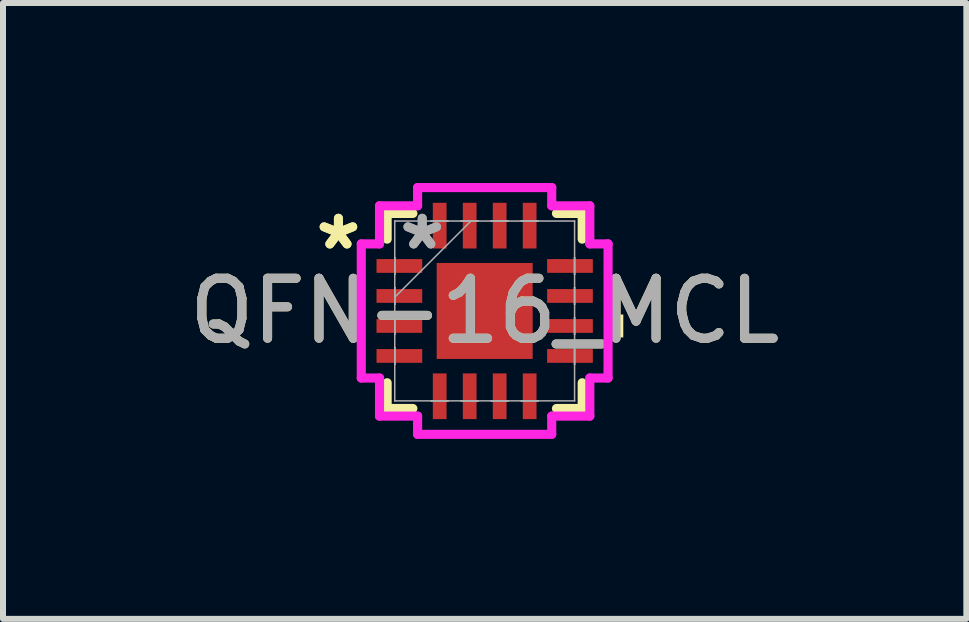
<source format=kicad_pcb>
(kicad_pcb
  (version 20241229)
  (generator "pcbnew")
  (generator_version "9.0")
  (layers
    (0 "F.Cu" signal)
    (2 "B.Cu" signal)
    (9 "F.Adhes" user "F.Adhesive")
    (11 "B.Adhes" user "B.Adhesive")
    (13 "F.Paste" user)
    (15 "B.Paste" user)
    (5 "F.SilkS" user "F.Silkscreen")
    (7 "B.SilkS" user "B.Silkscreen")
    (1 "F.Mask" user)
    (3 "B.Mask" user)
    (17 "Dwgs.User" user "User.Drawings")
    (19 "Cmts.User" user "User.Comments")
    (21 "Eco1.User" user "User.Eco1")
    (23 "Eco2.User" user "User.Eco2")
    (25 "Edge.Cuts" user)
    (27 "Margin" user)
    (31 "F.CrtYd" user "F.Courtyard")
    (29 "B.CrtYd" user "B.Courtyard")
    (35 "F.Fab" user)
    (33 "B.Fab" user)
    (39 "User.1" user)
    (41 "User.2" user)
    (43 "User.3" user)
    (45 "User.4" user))
  (footprint "QFN-16_MCL"
    (layer "F.Cu")
    (at 5.03 2.134)
    (property "Reference" "QFN-16_MCL" (at 0 0 0) (unlocked yes) (layer "F.SilkS") (effects (font (size 1 1) (thickness 0.15))))
    (attr smd)
    (fp_line (start -1.626 -1.626) (end -1.626 -1.197) (stroke (width 0.152) (type solid)) (layer "F.SilkS"))
    (fp_line (start -1.626 1.197) (end -1.626 1.626) (stroke (width 0.152) (type solid)) (layer "F.SilkS"))
    (fp_line (start -1.626 1.626) (end -1.197 1.626) (stroke (width 0.152) (type solid)) (layer "F.SilkS"))
    (fp_line (start -1.197 -1.626) (end -1.626 -1.626) (stroke (width 0.152) (type solid)) (layer "F.SilkS"))
    (fp_line (start 1.197 1.626) (end 1.626 1.626) (stroke (width 0.152) (type solid)) (layer "F.SilkS"))
    (fp_line (start 1.626 -1.626) (end 1.197 -1.626) (stroke (width 0.152) (type solid)) (layer "F.SilkS"))
    (fp_line (start 1.626 -1.197) (end 1.626 -1.626) (stroke (width 0.152) (type solid)) (layer "F.SilkS"))
    (fp_line (start 1.626 1.626) (end 1.626 1.197) (stroke (width 0.152) (type solid)) (layer "F.SilkS"))
    (fp_poly (pts (xy 2.311 0.059) (xy 2.311 0.441) (xy 2.057 0.441) (xy 2.057 0.059)) (stroke (width 0) (type solid)) (fill yes) (layer "F.SilkS"))
    (fp_line (start -2.057 -1.118) (end -1.753 -1.118) (stroke (width 0.152) (type solid)) (layer "F.CrtYd"))
    (fp_line (start -2.057 1.118) (end -2.057 -1.118) (stroke (width 0.152) (type solid)) (layer "F.CrtYd"))
    (fp_line (start -1.753 -1.753) (end -1.118 -1.753) (stroke (width 0.152) (type solid)) (layer "F.CrtYd"))
    (fp_line (start -1.753 -1.118) (end -1.753 -1.753) (stroke (width 0.152) (type solid)) (layer "F.CrtYd"))
    (fp_line (start -1.753 1.118) (end -2.057 1.118) (stroke (width 0.152) (type solid)) (layer "F.CrtYd"))
    (fp_line (start -1.753 1.753) (end -1.753 1.118) (stroke (width 0.152) (type solid)) (layer "F.CrtYd"))
    (fp_line (start -1.118 -2.057) (end 1.118 -2.057) (stroke (width 0.152) (type solid)) (layer "F.CrtYd"))
    (fp_line (start -1.118 -1.753) (end -1.118 -2.057) (stroke (width 0.152) (type solid)) (layer "F.CrtYd"))
    (fp_line (start -1.118 1.753) (end -1.753 1.753) (stroke (width 0.152) (type solid)) (layer "F.CrtYd"))
    (fp_line (start -1.118 2.057) (end -1.118 1.753) (stroke (width 0.152) (type solid)) (layer "F.CrtYd"))
    (fp_line (start 1.118 -2.057) (end 1.118 -1.753) (stroke (width 0.152) (type solid)) (layer "F.CrtYd"))
    (fp_line (start 1.118 -1.753) (end 1.753 -1.753) (stroke (width 0.152) (type solid)) (layer "F.CrtYd"))
    (fp_line (start 1.118 1.753) (end 1.118 2.057) (stroke (width 0.152) (type solid)) (layer "F.CrtYd"))
    (fp_line (start 1.118 2.057) (end -1.118 2.057) (stroke (width 0.152) (type solid)) (layer "F.CrtYd"))
    (fp_line (start 1.753 -1.753) (end 1.753 -1.118) (stroke (width 0.152) (type solid)) (layer "F.CrtYd"))
    (fp_line (start 1.753 -1.118) (end 2.057 -1.118) (stroke (width 0.152) (type solid)) (layer "F.CrtYd"))
    (fp_line (start 1.753 1.118) (end 1.753 1.753) (stroke (width 0.152) (type solid)) (layer "F.CrtYd"))
    (fp_line (start 1.753 1.753) (end 1.118 1.753) (stroke (width 0.152) (type solid)) (layer "F.CrtYd"))
    (fp_line (start 2.057 -1.118) (end 2.057 1.118) (stroke (width 0.152) (type solid)) (layer "F.CrtYd"))
    (fp_line (start 2.057 1.118) (end 1.753 1.118) (stroke (width 0.152) (type solid)) (layer "F.CrtYd"))
    (fp_line (start -1.499 -1.499) (end -1.499 -1.499) (stroke (width 0.025) (type solid)) (layer "F.Fab"))
    (fp_line (start -1.499 -1.499) (end -1.499 1.499) (stroke (width 0.025) (type solid)) (layer "F.Fab"))
    (fp_line (start -1.499 -0.89) (end -1.499 -0.89) (stroke (width 0.025) (type solid)) (layer "F.Fab"))
    (fp_line (start -1.499 -0.89) (end -1.499 -0.61) (stroke (width 0.025) (type solid)) (layer "F.Fab"))
    (fp_line (start -1.499 -0.61) (end -1.499 -0.89) (stroke (width 0.025) (type solid)) (layer "F.Fab"))
    (fp_line (start -1.499 -0.61) (end -1.499 -0.61) (stroke (width 0.025) (type solid)) (layer "F.Fab"))
    (fp_line (start -1.499 -0.39) (end -1.499 -0.39) (stroke (width 0.025) (type solid)) (layer "F.Fab"))
    (fp_line (start -1.499 -0.39) (end -1.499 -0.11) (stroke (width 0.025) (type solid)) (layer "F.Fab"))
    (fp_line (start -1.499 -0.229) (end -0.229 -1.499) (stroke (width 0.025) (type solid)) (layer "F.Fab"))
    (fp_line (start -1.499 -0.11) (end -1.499 -0.39) (stroke (width 0.025) (type solid)) (layer "F.Fab"))
    (fp_line (start -1.499 -0.11) (end -1.499 -0.11) (stroke (width 0.025) (type solid)) (layer "F.Fab"))
    (fp_line (start -1.499 0.11) (end -1.499 0.11) (stroke (width 0.025) (type solid)) (layer "F.Fab"))
    (fp_line (start -1.499 0.11) (end -1.499 0.39) (stroke (width 0.025) (type solid)) (layer "F.Fab"))
    (fp_line (start -1.499 0.39) (end -1.499 0.11) (stroke (width 0.025) (type solid)) (layer "F.Fab"))
    (fp_line (start -1.499 0.39) (end -1.499 0.39) (stroke (width 0.025) (type solid)) (layer "F.Fab"))
    (fp_line (start -1.499 0.61) (end -1.499 0.61) (stroke (width 0.025) (type solid)) (layer "F.Fab"))
    (fp_line (start -1.499 0.61) (end -1.499 0.89) (stroke (width 0.025) (type solid)) (layer "F.Fab"))
    (fp_line (start -1.499 0.89) (end -1.499 0.61) (stroke (width 0.025) (type solid)) (layer "F.Fab"))
    (fp_line (start -1.499 0.89) (end -1.499 0.89) (stroke (width 0.025) (type solid)) (layer "F.Fab"))
    (fp_line (start -1.499 1.499) (end -1.499 1.499) (stroke (width 0.025) (type solid)) (layer "F.Fab"))
    (fp_line (start -1.499 1.499) (end 1.499 1.499) (stroke (width 0.025) (type solid)) (layer "F.Fab"))
    (fp_line (start -0.89 -1.499) (end -0.89 -1.499) (stroke (width 0.025) (type solid)) (layer "F.Fab"))
    (fp_line (start -0.89 -1.499) (end -0.61 -1.499) (stroke (width 0.025) (type solid)) (layer "F.Fab"))
    (fp_line (start -0.89 1.499) (end -0.89 1.499) (stroke (width 0.025) (type solid)) (layer "F.Fab"))
    (fp_line (start -0.89 1.499) (end -0.61 1.499) (stroke (width 0.025) (type solid)) (layer "F.Fab"))
    (fp_line (start -0.61 -1.499) (end -0.89 -1.499) (stroke (width 0.025) (type solid)) (layer "F.Fab"))
    (fp_line (start -0.61 -1.499) (end -0.61 -1.499) (stroke (width 0.025) (type solid)) (layer "F.Fab"))
    (fp_line (start -0.61 1.499) (end -0.89 1.499) (stroke (width 0.025) (type solid)) (layer "F.Fab"))
    (fp_line (start -0.61 1.499) (end -0.61 1.499) (stroke (width 0.025) (type solid)) (layer "F.Fab"))
    (fp_line (start -0.39 -1.499) (end -0.39 -1.499) (stroke (width 0.025) (type solid)) (layer "F.Fab"))
    (fp_line (start -0.39 -1.499) (end -0.11 -1.499) (stroke (width 0.025) (type solid)) (layer "F.Fab"))
    (fp_line (start -0.39 1.499) (end -0.39 1.499) (stroke (width 0.025) (type solid)) (layer "F.Fab"))
    (fp_line (start -0.39 1.499) (end -0.11 1.499) (stroke (width 0.025) (type solid)) (layer "F.Fab"))
    (fp_line (start -0.11 -1.499) (end -0.39 -1.499) (stroke (width 0.025) (type solid)) (layer "F.Fab"))
    (fp_line (start -0.11 -1.499) (end -0.11 -1.499) (stroke (width 0.025) (type solid)) (layer "F.Fab"))
    (fp_line (start -0.11 1.499) (end -0.39 1.499) (stroke (width 0.025) (type solid)) (layer "F.Fab"))
    (fp_line (start -0.11 1.499) (end -0.11 1.499) (stroke (width 0.025) (type solid)) (layer "F.Fab"))
    (fp_line (start 0.11 -1.499) (end 0.11 -1.499) (stroke (width 0.025) (type solid)) (layer "F.Fab"))
    (fp_line (start 0.11 -1.499) (end 0.39 -1.499) (stroke (width 0.025) (type solid)) (layer "F.Fab"))
    (fp_line (start 0.11 1.499) (end 0.11 1.499) (stroke (width 0.025) (type solid)) (layer "F.Fab"))
    (fp_line (start 0.11 1.499) (end 0.39 1.499) (stroke (width 0.025) (type solid)) (layer "F.Fab"))
    (fp_line (start 0.39 -1.499) (end 0.11 -1.499) (stroke (width 0.025) (type solid)) (layer "F.Fab"))
    (fp_line (start 0.39 -1.499) (end 0.39 -1.499) (stroke (width 0.025) (type solid)) (layer "F.Fab"))
    (fp_line (start 0.39 1.499) (end 0.11 1.499) (stroke (width 0.025) (type solid)) (layer "F.Fab"))
    (fp_line (start 0.39 1.499) (end 0.39 1.499) (stroke (width 0.025) (type solid)) (layer "F.Fab"))
    (fp_line (start 0.61 -1.499) (end 0.61 -1.499) (stroke (width 0.025) (type solid)) (layer "F.Fab"))
    (fp_line (start 0.61 -1.499) (end 0.89 -1.499) (stroke (width 0.025) (type solid)) (layer "F.Fab"))
    (fp_line (start 0.61 1.499) (end 0.61 1.499) (stroke (width 0.025) (type solid)) (layer "F.Fab"))
    (fp_line (start 0.61 1.499) (end 0.89 1.499) (stroke (width 0.025) (type solid)) (layer "F.Fab"))
    (fp_line (start 0.89 -1.499) (end 0.61 -1.499) (stroke (width 0.025) (type solid)) (layer "F.Fab"))
    (fp_line (start 0.89 -1.499) (end 0.89 -1.499) (stroke (width 0.025) (type solid)) (layer "F.Fab"))
    (fp_line (start 0.89 1.499) (end 0.61 1.499) (stroke (width 0.025) (type solid)) (layer "F.Fab"))
    (fp_line (start 0.89 1.499) (end 0.89 1.499) (stroke (width 0.025) (type solid)) (layer "F.Fab"))
    (fp_line (start 1.499 -1.499) (end -1.499 -1.499) (stroke (width 0.025) (type solid)) (layer "F.Fab"))
    (fp_line (start 1.499 -1.499) (end 1.499 -1.499) (stroke (width 0.025) (type solid)) (layer "F.Fab"))
    (fp_line (start 1.499 -0.89) (end 1.499 -0.89) (stroke (width 0.025) (type solid)) (layer "F.Fab"))
    (fp_line (start 1.499 -0.89) (end 1.499 -0.61) (stroke (width 0.025) (type solid)) (layer "F.Fab"))
    (fp_line (start 1.499 -0.61) (end 1.499 -0.89) (stroke (width 0.025) (type solid)) (layer "F.Fab"))
    (fp_line (start 1.499 -0.61) (end 1.499 -0.61) (stroke (width 0.025) (type solid)) (layer "F.Fab"))
    (fp_line (start 1.499 -0.39) (end 1.499 -0.39) (stroke (width 0.025) (type solid)) (layer "F.Fab"))
    (fp_line (start 1.499 -0.39) (end 1.499 -0.11) (stroke (width 0.025) (type solid)) (layer "F.Fab"))
    (fp_line (start 1.499 -0.11) (end 1.499 -0.39) (stroke (width 0.025) (type solid)) (layer "F.Fab"))
    (fp_line (start 1.499 -0.11) (end 1.499 -0.11) (stroke (width 0.025) (type solid)) (layer "F.Fab"))
    (fp_line (start 1.499 0.11) (end 1.499 0.11) (stroke (width 0.025) (type solid)) (layer "F.Fab"))
    (fp_line (start 1.499 0.11) (end 1.499 0.39) (stroke (width 0.025) (type solid)) (layer "F.Fab"))
    (fp_line (start 1.499 0.39) (end 1.499 0.11) (stroke (width 0.025) (type solid)) (layer "F.Fab"))
    (fp_line (start 1.499 0.39) (end 1.499 0.39) (stroke (width 0.025) (type solid)) (layer "F.Fab"))
    (fp_line (start 1.499 0.61) (end 1.499 0.61) (stroke (width 0.025) (type solid)) (layer "F.Fab"))
    (fp_line (start 1.499 0.61) (end 1.499 0.89) (stroke (width 0.025) (type solid)) (layer "F.Fab"))
    (fp_line (start 1.499 0.89) (end 1.499 0.61) (stroke (width 0.025) (type solid)) (layer "F.Fab"))
    (fp_line (start 1.499 0.89) (end 1.499 0.89) (stroke (width 0.025) (type solid)) (layer "F.Fab"))
    (fp_line (start 1.499 1.499) (end 1.499 -1.499) (stroke (width 0.025) (type solid)) (layer "F.Fab"))
    (fp_line (start 1.499 1.499) (end 1.499 1.499) (stroke (width 0.025) (type solid)) (layer "F.Fab"))
    (fp_text user "*" (at -2.438 -1 0) (unlocked yes) (layer "F.SilkS") (effects (font (size 1 1) (thickness 0.15))))
    (fp_text user "*" (at -2.438 -1 0) (layer "F.SilkS") (effects (font (size 1 1) (thickness 0.15))))
    (fp_text user "*" (at -1.041 -1 0) (unlocked yes) (layer "F.Fab") (effects (font (size 1 1) (thickness 0.15))))
    (fp_text user "*" (at -1.041 -1 0) (layer "F.Fab") (effects (font (size 1 1) (thickness 0.15))))
    (fp_text user "${REFERENCE}" (at 0 0 0) (unlocked yes) (layer "F.Fab") (effects (font (size 1 1) (thickness 0.15))))
    (pad "1" smd rect (at -1.422 -0.75 90) (size 0.229 0.762) (layers "F.Cu" "F.Mask" "F.Paste"))
    (pad "2" smd rect (at -1.422 -0.25 90) (size 0.229 0.762) (layers "F.Cu" "F.Mask" "F.Paste"))
    (pad "3" smd rect (at -1.422 0.25 90) (size 0.229 0.762) (layers "F.Cu" "F.Mask" "F.Paste"))
    (pad "4" smd rect (at -1.422 0.75 90) (size 0.229 0.762) (layers "F.Cu" "F.Mask" "F.Paste"))
    (pad "5" smd rect (at -0.75 1.422) (size 0.229 0.762) (layers "F.Cu" "F.Mask" "F.Paste"))
    (pad "6" smd rect (at -0.25 1.422) (size 0.229 0.762) (layers "F.Cu" "F.Mask" "F.Paste"))
    (pad "7" smd rect (at 0.25 1.422) (size 0.229 0.762) (layers "F.Cu" "F.Mask" "F.Paste"))
    (pad "8" smd rect (at 0.75 1.422) (size 0.229 0.762) (layers "F.Cu" "F.Mask" "F.Paste"))
    (pad "9" smd rect (at 1.422 0.75 90) (size 0.229 0.762) (layers "F.Cu" "F.Mask" "F.Paste"))
    (pad "10" smd rect (at 1.422 0.25 90) (size 0.229 0.762) (layers "F.Cu" "F.Mask" "F.Paste"))
    (pad "11" smd rect (at 1.422 -0.25 90) (size 0.229 0.762) (layers "F.Cu" "F.Mask" "F.Paste"))
    (pad "12" smd rect (at 1.422 -0.75 90) (size 0.229 0.762) (layers "F.Cu" "F.Mask" "F.Paste"))
    (pad "13" smd rect (at 0.75 -1.422) (size 0.229 0.762) (layers "F.Cu" "F.Mask" "F.Paste"))
    (pad "14" smd rect (at 0.25 -1.422) (size 0.229 0.762) (layers "F.Cu" "F.Mask" "F.Paste"))
    (pad "15" smd rect (at -0.25 -1.422) (size 0.229 0.762) (layers "F.Cu" "F.Mask" "F.Paste"))
    (pad "16" smd rect (at -0.75 -1.422) (size 0.229 0.762) (layers "F.Cu" "F.Mask" "F.Paste"))
    (pad "17" smd rect (at 0 0) (size 1.6 1.6) (layers "F.Cu" "F.Mask" "F.Paste")))
  (gr_rect
    (start -3 -3)
    (end 13.06 7.267)
    (stroke (width 0.1) (type default))
    (fill no)
    (layer "Edge.Cuts")))
</source>
